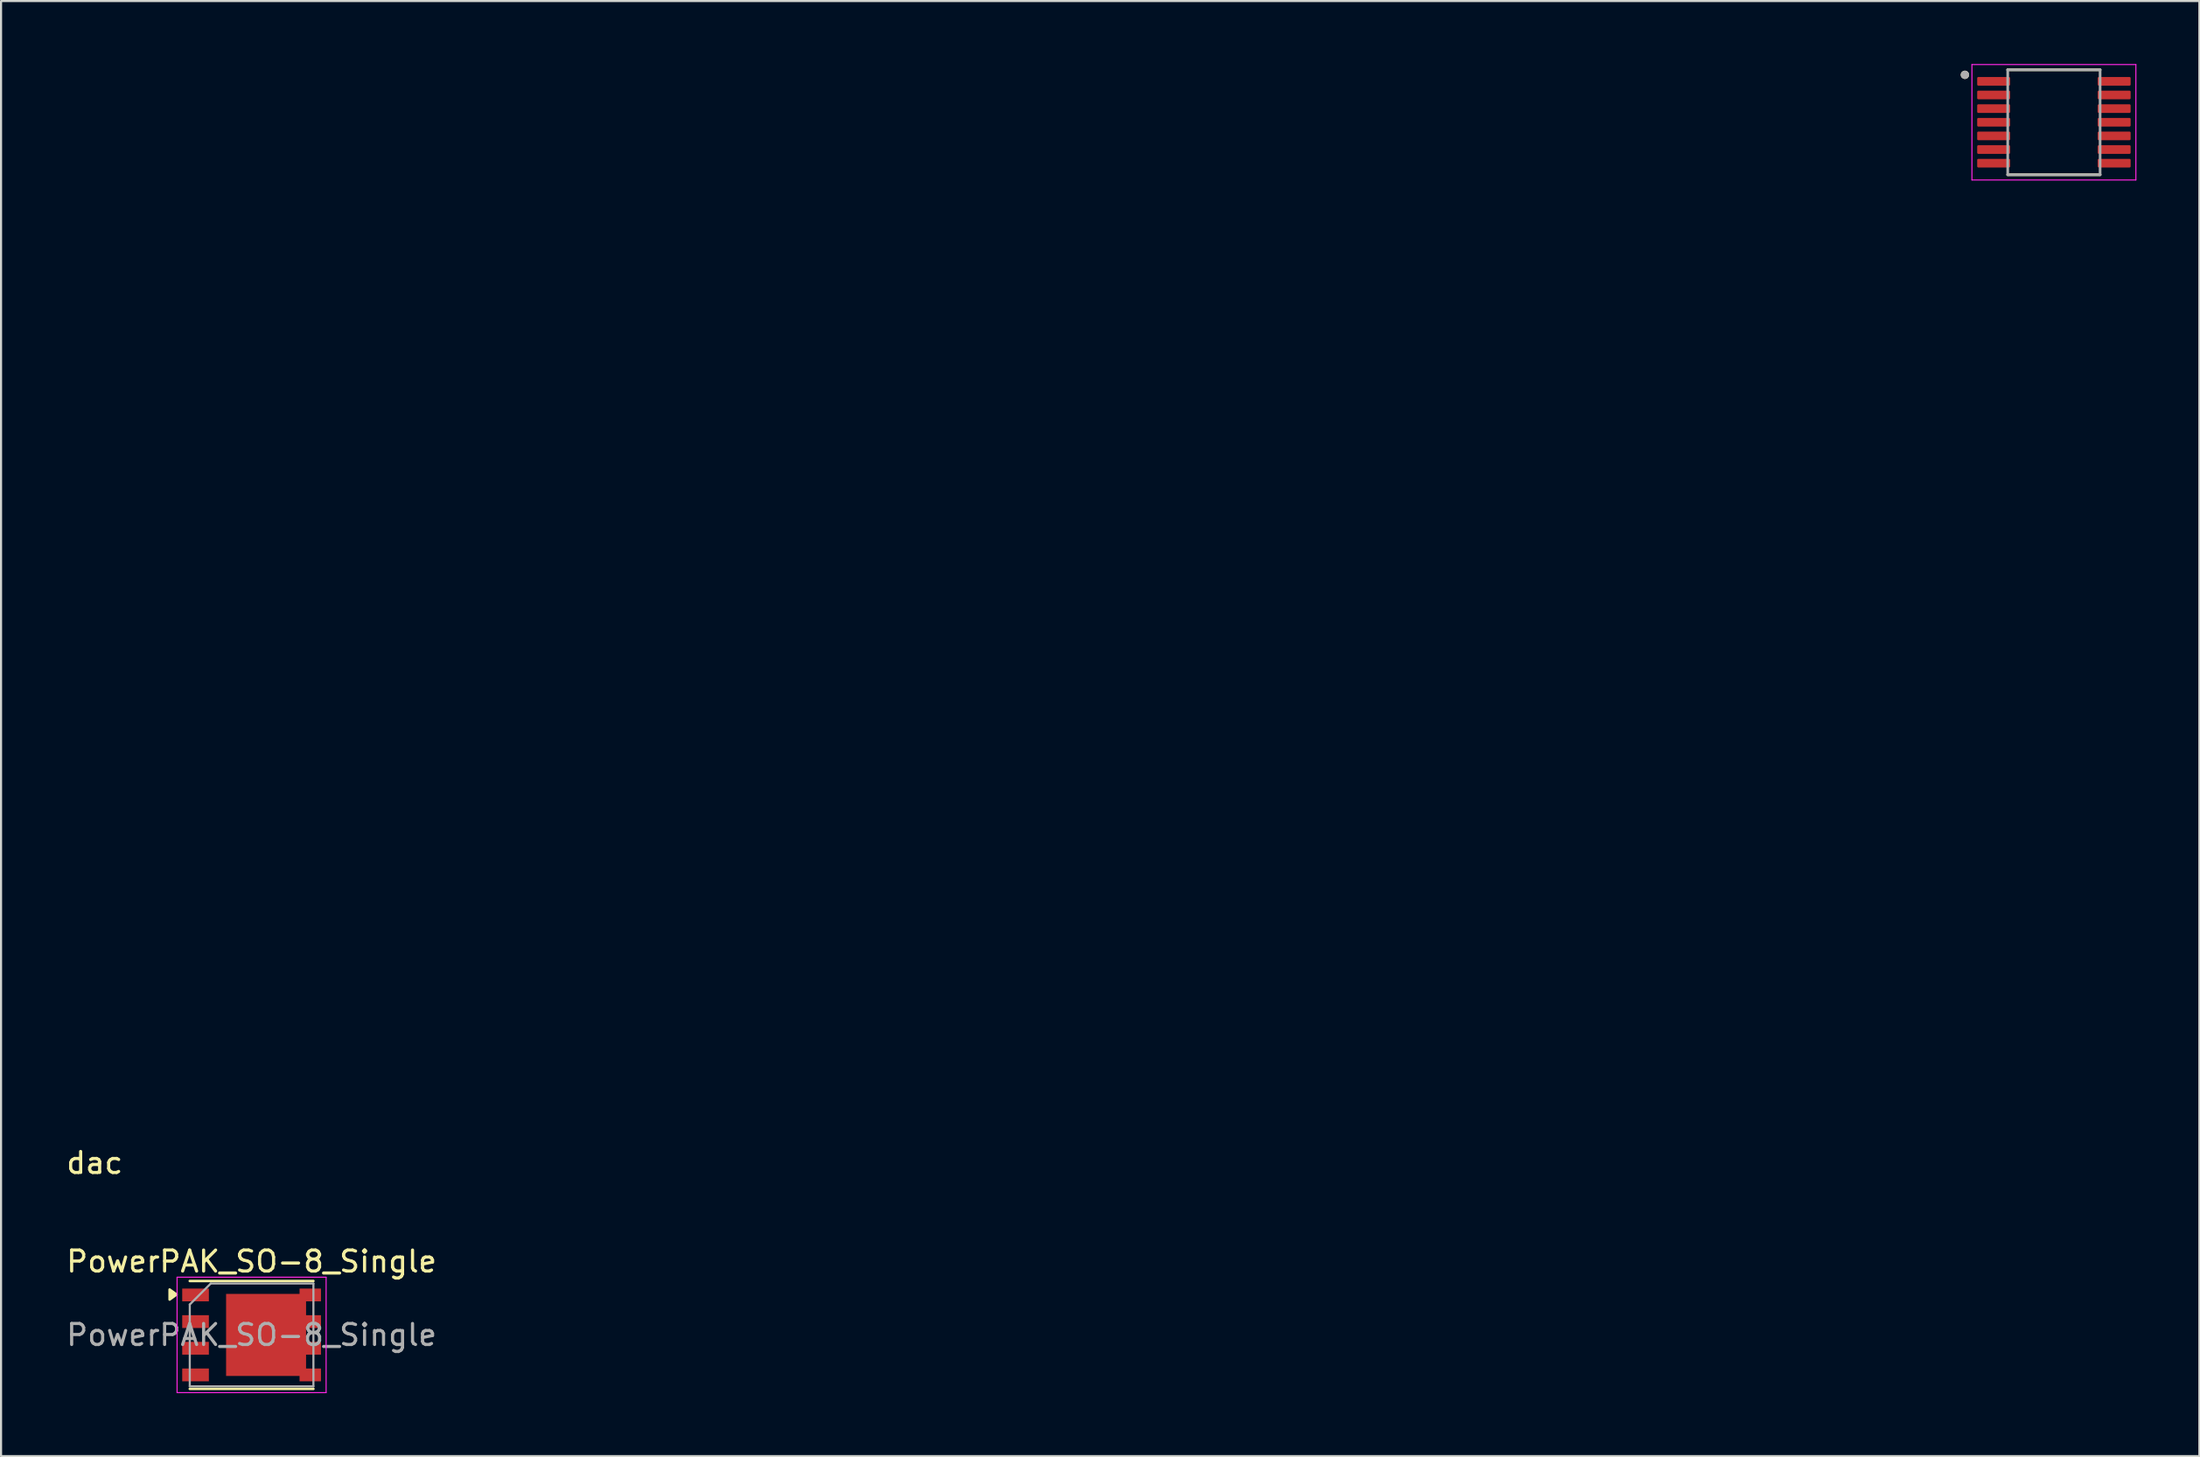
<source format=kicad_pcb>
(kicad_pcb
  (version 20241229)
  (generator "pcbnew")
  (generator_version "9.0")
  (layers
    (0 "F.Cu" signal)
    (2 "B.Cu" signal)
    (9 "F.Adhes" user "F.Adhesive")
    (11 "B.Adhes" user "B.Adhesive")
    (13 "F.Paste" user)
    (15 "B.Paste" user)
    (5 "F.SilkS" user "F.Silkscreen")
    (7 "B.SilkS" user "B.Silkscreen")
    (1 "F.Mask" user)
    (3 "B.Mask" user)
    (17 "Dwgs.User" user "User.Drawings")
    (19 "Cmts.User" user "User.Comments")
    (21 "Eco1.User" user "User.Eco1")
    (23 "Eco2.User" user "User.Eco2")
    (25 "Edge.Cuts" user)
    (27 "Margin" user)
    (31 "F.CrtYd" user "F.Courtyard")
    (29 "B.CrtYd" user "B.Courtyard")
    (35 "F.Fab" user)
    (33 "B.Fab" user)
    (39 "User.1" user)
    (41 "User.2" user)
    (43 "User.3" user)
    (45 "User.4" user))
  (footprint "PowerPAK_SO-8_Single"
    (layer "F.Cu")
    (at 8.935 60.556)
    (property "Reference" "PowerPAK_SO-8_Single" (at 0 -3.5 0) (layer "F.SilkS") (effects (font (size 1 1) (thickness 0.15))))
    (attr smd)
    (fp_line (start -2.945 -2.57) (end 2.945 -2.57) (stroke (width 0.12) (type solid)) (layer "F.SilkS"))
    (fp_line (start -2.945 2.57) (end 2.945 2.57) (stroke (width 0.12) (type solid)) (layer "F.SilkS"))
    (fp_poly (pts (xy -3.575 -1.925) (xy -3.905 -2.165) (xy -3.905 -1.685) (xy -3.575 -1.925)) (stroke (width 0.12) (type solid)) (fill yes) (layer "F.SilkS"))
    (fp_line (start -3.55 -2.75) (end -3.55 2.75) (stroke (width 0.05) (type solid)) (layer "F.CrtYd"))
    (fp_line (start -3.55 -2.75) (end 3.55 -2.75) (stroke (width 0.05) (type solid)) (layer "F.CrtYd"))
    (fp_line (start -3.55 2.75) (end 3.55 2.75) (stroke (width 0.05) (type solid)) (layer "F.CrtYd"))
    (fp_line (start 3.55 -2.75) (end 3.55 2.75) (stroke (width 0.05) (type solid)) (layer "F.CrtYd"))
    (fp_line (start -2.945 2.45) (end -2.945 -1.45) (stroke (width 0.1) (type solid)) (layer "F.Fab"))
    (fp_line (start -1.945 -2.45) (end -2.945 -1.45) (stroke (width 0.1) (type solid)) (layer "F.Fab"))
    (fp_line (start -1.945 -2.45) (end 2.945 -2.45) (stroke (width 0.1) (type solid)) (layer "F.Fab"))
    (fp_line (start 2.945 -2.45) (end 2.945 2.45) (stroke (width 0.1) (type solid)) (layer "F.Fab"))
    (fp_line (start 2.945 2.45) (end -2.945 2.45) (stroke (width 0.1) (type solid)) (layer "F.Fab"))
    (fp_text user "${REFERENCE}" (at 0 0 0) (layer "F.Fab") (effects (font (size 1 1) (thickness 0.15))))
    (pad "1" smd rect (at -2.67 1.905) (size 1.27 0.61) (layers "F.Cu" "F.Mask" "F.Paste"))
    (pad "2" smd rect (at -2.67 -1.905) (size 1.27 0.61) (layers "F.Cu" "F.Mask" "F.Paste"))
    (pad "2" smd rect (at -2.67 -0.635) (size 1.27 0.61) (layers "F.Cu" "F.Mask" "F.Paste"))
    (pad "2" smd rect (at -2.67 0.635) (size 1.27 0.61) (layers "F.Cu" "F.Mask" "F.Paste"))
    (pad "3" smd rect (at 0.69 0) (size 3.81 3.91) (layers "F.Cu" "F.Mask" "F.Paste"))
    (pad "3" smd rect (at 2.795 -1.905) (size 1.02 0.61) (layers "F.Cu" "F.Mask" "F.Paste"))
    (pad "3" smd rect (at 2.795 -0.635) (size 1.02 0.61) (layers "F.Cu" "F.Mask" "F.Paste"))
    (pad "3" smd rect (at 2.795 0.635) (size 1.02 0.61) (layers "F.Cu" "F.Mask" "F.Paste"))
    (pad "3" smd rect (at 2.795 1.905) (size 1.02 0.61) (layers "F.Cu" "F.Mask" "F.Paste")))
  (footprint "dac"
    (layer "F.Cu")
    (at 94.791 2.775)
    (property "Reference" "dac" (at -93.332 49.585 0) (layer "F.SilkS") (effects (font (size 1 1) (thickness 0.15))))
    (attr smd)
    (fp_line (start -2.2 -2.5) (end 2.2 -2.5) (stroke (width 0.127) (type solid)) (layer "F.SilkS"))
    (fp_line (start -2.2 2.5) (end 2.2 2.5) (stroke (width 0.127) (type solid)) (layer "F.SilkS"))
    (fp_circle (center -4.24 -2.26) (end -4.14 -2.26) (stroke (width 0.2) (type solid)) (fill no) (layer "F.SilkS"))
    (fp_line (start -3.905 -2.75) (end -3.905 2.75) (stroke (width 0.05) (type solid)) (layer "F.CrtYd"))
    (fp_line (start -3.905 -2.75) (end 3.905 -2.75) (stroke (width 0.05) (type solid)) (layer "F.CrtYd"))
    (fp_line (start -3.905 2.75) (end 3.905 2.75) (stroke (width 0.05) (type solid)) (layer "F.CrtYd"))
    (fp_line (start 3.905 -2.75) (end 3.905 2.75) (stroke (width 0.05) (type solid)) (layer "F.CrtYd"))
    (fp_line (start -2.2 -2.5) (end -2.2 2.5) (stroke (width 0.127) (type solid)) (layer "F.Fab"))
    (fp_line (start -2.2 -2.5) (end 2.2 -2.5) (stroke (width 0.127) (type solid)) (layer "F.Fab"))
    (fp_line (start -2.2 2.5) (end 2.2 2.5) (stroke (width 0.127) (type solid)) (layer "F.Fab"))
    (fp_line (start 2.2 -2.5) (end 2.2 2.5) (stroke (width 0.127) (type solid)) (layer "F.Fab"))
    (fp_circle (center -4.24 -2.26) (end -4.14 -2.26) (stroke (width 0.2) (type solid)) (fill no) (layer "F.Fab"))
    (pad "1" smd roundrect (at -2.87 -1.95) (size 1.57 0.41) (layers "F.Cu" "F.Mask" "F.Paste") (roundrect_rratio 0.125))
    (pad "2" smd roundrect (at -2.87 -1.3) (size 1.57 0.41) (layers "F.Cu" "F.Mask" "F.Paste") (roundrect_rratio 0.125))
    (pad "3" smd roundrect (at -2.87 -0.65) (size 1.57 0.41) (layers "F.Cu" "F.Mask" "F.Paste") (roundrect_rratio 0.125))
    (pad "4" smd roundrect (at -2.87 0) (size 1.57 0.41) (layers "F.Cu" "F.Mask" "F.Paste") (roundrect_rratio 0.125))
    (pad "5" smd roundrect (at -2.87 0.65) (size 1.57 0.41) (layers "F.Cu" "F.Mask" "F.Paste") (roundrect_rratio 0.125))
    (pad "6" smd roundrect (at -2.87 1.3) (size 1.57 0.41) (layers "F.Cu" "F.Mask" "F.Paste") (roundrect_rratio 0.125))
    (pad "7" smd roundrect (at -2.87 1.95) (size 1.57 0.41) (layers "F.Cu" "F.Mask" "F.Paste") (roundrect_rratio 0.125))
    (pad "8" smd roundrect (at 2.87 1.95) (size 1.57 0.41) (layers "F.Cu" "F.Mask" "F.Paste") (roundrect_rratio 0.125))
    (pad "9" smd roundrect (at 2.87 1.3) (size 1.57 0.41) (layers "F.Cu" "F.Mask" "F.Paste") (roundrect_rratio 0.125))
    (pad "10" smd roundrect (at 2.87 0.65) (size 1.57 0.41) (layers "F.Cu" "F.Mask" "F.Paste") (roundrect_rratio 0.125))
    (pad "11" smd roundrect (at 2.87 0) (size 1.57 0.41) (layers "F.Cu" "F.Mask" "F.Paste") (roundrect_rratio 0.125))
    (pad "12" smd roundrect (at 2.87 -0.65) (size 1.57 0.41) (layers "F.Cu" "F.Mask" "F.Paste") (roundrect_rratio 0.125))
    (pad "13" smd roundrect (at 2.87 -1.3) (size 1.57 0.41) (layers "F.Cu" "F.Mask" "F.Paste") (roundrect_rratio 0.125))
    (pad "14" smd roundrect (at 2.87 -1.95) (size 1.57 0.41) (layers "F.Cu" "F.Mask" "F.Paste") (roundrect_rratio 0.125)))
  (gr_rect
    (start -3 -3)
    (end 101.721 66.332)
    (stroke (width 0.1) (type default))
    (fill no)
    (layer "Edge.Cuts")))
</source>
